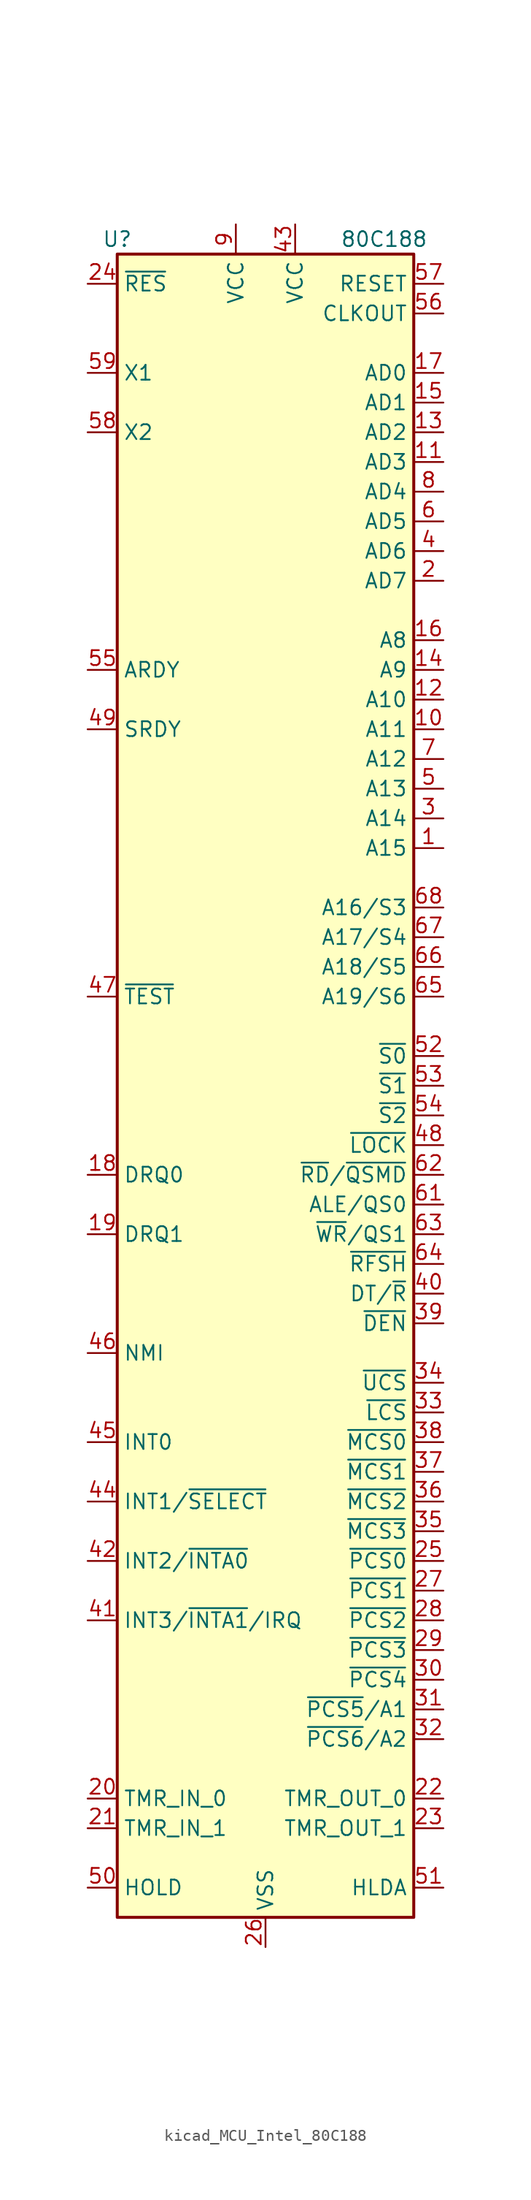
<source format=kicad_sym>
(kicad_symbol_lib
  (version 20220914)
  (generator kicad_symbol_editor)
  (symbol "kicad_MCU_Intel_80C188"
    (property "Reference" "U"
      (at -12.7 72.39 0)
      (effects (font (size 1.27 1.27))))
    (property "Value" "80C188"
      (at 10.16 72.39 0)
      (effects (font (size 1.27 1.27))))
    (symbol "kicad_MCU_Intel_80C188_0_1"
      (rectangle (start 12.7 -71.12) (end -12.7 71.12) (stroke (width 0.254) (type default)) (fill (type background))))
    (symbol "kicad_MCU_Intel_80C188_1_1"
      (pin output line (at 15.24 20.32 180) (length 2.54) (name "A15" (effects (font (size 1.27 1.27)))) (number "1" (effects (font (size 1.27 1.27)))))
      (pin output line (at 15.24 30.48 180) (length 2.54) (name "A11" (effects (font (size 1.27 1.27)))) (number "10" (effects (font (size 1.27 1.27)))))
      (pin bidirectional line (at 15.24 53.34 180) (length 2.54) (name "AD3" (effects (font (size 1.27 1.27)))) (number "11" (effects (font (size 1.27 1.27)))))
      (pin output line (at 15.24 33.02 180) (length 2.54) (name "A10" (effects (font (size 1.27 1.27)))) (number "12" (effects (font (size 1.27 1.27)))))
      (pin bidirectional line (at 15.24 55.88 180) (length 2.54) (name "AD2" (effects (font (size 1.27 1.27)))) (number "13" (effects (font (size 1.27 1.27)))))
      (pin output line (at 15.24 35.56 180) (length 2.54) (name "A9" (effects (font (size 1.27 1.27)))) (number "14" (effects (font (size 1.27 1.27)))))
      (pin bidirectional line (at 15.24 58.42 180) (length 2.54) (name "AD1" (effects (font (size 1.27 1.27)))) (number "15" (effects (font (size 1.27 1.27)))))
      (pin output line (at 15.24 38.1 180) (length 2.54) (name "A8" (effects (font (size 1.27 1.27)))) (number "16" (effects (font (size 1.27 1.27)))))
      (pin bidirectional line (at 15.24 60.96 180) (length 2.54) (name "AD0" (effects (font (size 1.27 1.27)))) (number "17" (effects (font (size 1.27 1.27)))))
      (pin input line (at -15.24 -7.62 0) (length 2.54) (name "DRQ0" (effects (font (size 1.27 1.27)))) (number "18" (effects (font (size 1.27 1.27)))))
      (pin input line (at -15.24 -12.7 0) (length 2.54) (name "DRQ1" (effects (font (size 1.27 1.27)))) (number "19" (effects (font (size 1.27 1.27)))))
      (pin bidirectional line (at 15.24 43.18 180) (length 2.54) (name "AD7" (effects (font (size 1.27 1.27)))) (number "2" (effects (font (size 1.27 1.27)))))
      (pin input line (at -15.24 -60.96 0) (length 2.54) (name "TMR_IN_0" (effects (font (size 1.27 1.27)))) (number "20" (effects (font (size 1.27 1.27)))))
      (pin input line (at -15.24 -63.5 0) (length 2.54) (name "TMR_IN_1" (effects (font (size 1.27 1.27)))) (number "21" (effects (font (size 1.27 1.27)))))
      (pin output line (at 15.24 -60.96 180) (length 2.54) (name "TMR_OUT_0" (effects (font (size 1.27 1.27)))) (number "22" (effects (font (size 1.27 1.27)))))
      (pin output line (at 15.24 -63.5 180) (length 2.54) (name "TMR_OUT_1" (effects (font (size 1.27 1.27)))) (number "23" (effects (font (size 1.27 1.27)))))
      (pin input line (at -15.24 68.58 0) (length 2.54) (name "~{RES}" (effects (font (size 1.27 1.27)))) (number "24" (effects (font (size 1.27 1.27)))))
      (pin output line (at 15.24 -40.64 180) (length 2.54) (name "~{PCS0}" (effects (font (size 1.27 1.27)))) (number "25" (effects (font (size 1.27 1.27)))))
      (pin power_in line (at 0 -73.66 90) (length 2.54) (name "VSS" (effects (font (size 1.27 1.27)))) (number "26" (effects (font (size 1.27 1.27)))))
      (pin output line (at 15.24 -43.18 180) (length 2.54) (name "~{PCS1}" (effects (font (size 1.27 1.27)))) (number "27" (effects (font (size 1.27 1.27)))))
      (pin output line (at 15.24 -45.72 180) (length 2.54) (name "~{PCS2}" (effects (font (size 1.27 1.27)))) (number "28" (effects (font (size 1.27 1.27)))))
      (pin output line (at 15.24 -48.26 180) (length 2.54) (name "~{PCS3}" (effects (font (size 1.27 1.27)))) (number "29" (effects (font (size 1.27 1.27)))))
      (pin output line (at 15.24 22.86 180) (length 2.54) (name "A14" (effects (font (size 1.27 1.27)))) (number "3" (effects (font (size 1.27 1.27)))))
      (pin output line (at 15.24 -50.8 180) (length 2.54) (name "~{PCS4}" (effects (font (size 1.27 1.27)))) (number "30" (effects (font (size 1.27 1.27)))))
      (pin output line (at 15.24 -53.34 180) (length 2.54) (name "~{PCS5}/A1" (effects (font (size 1.27 1.27)))) (number "31" (effects (font (size 1.27 1.27)))))
      (pin output line (at 15.24 -55.88 180) (length 2.54) (name "~{PCS6}/A2" (effects (font (size 1.27 1.27)))) (number "32" (effects (font (size 1.27 1.27)))))
      (pin bidirectional line (at 15.24 -27.94 180) (length 2.54) (name "~{LCS}" (effects (font (size 1.27 1.27)))) (number "33" (effects (font (size 1.27 1.27)))))
      (pin bidirectional line (at 15.24 -25.4 180) (length 2.54) (name "~{UCS}" (effects (font (size 1.27 1.27)))) (number "34" (effects (font (size 1.27 1.27)))))
      (pin output line (at 15.24 -38.1 180) (length 2.54) (name "~{MCS3}" (effects (font (size 1.27 1.27)))) (number "35" (effects (font (size 1.27 1.27)))))
      (pin output line (at 15.24 -35.56 180) (length 2.54) (name "~{MCS2}" (effects (font (size 1.27 1.27)))) (number "36" (effects (font (size 1.27 1.27)))))
      (pin output line (at 15.24 -33.02 180) (length 2.54) (name "~{MCS1}" (effects (font (size 1.27 1.27)))) (number "37" (effects (font (size 1.27 1.27)))))
      (pin output line (at 15.24 -30.48 180) (length 2.54) (name "~{MCS0}" (effects (font (size 1.27 1.27)))) (number "38" (effects (font (size 1.27 1.27)))))
      (pin output line (at 15.24 -20.32 180) (length 2.54) (name "~{DEN}" (effects (font (size 1.27 1.27)))) (number "39" (effects (font (size 1.27 1.27)))))
      (pin bidirectional line (at 15.24 45.72 180) (length 2.54) (name "AD6" (effects (font (size 1.27 1.27)))) (number "4" (effects (font (size 1.27 1.27)))))
      (pin output line (at 15.24 -17.78 180) (length 2.54) (name "DT/~{R}" (effects (font (size 1.27 1.27)))) (number "40" (effects (font (size 1.27 1.27)))))
      (pin bidirectional line (at -15.24 -45.72 0) (length 2.54) (name "INT3/~{INTA1}/IRQ" (effects (font (size 1.27 1.27)))) (number "41" (effects (font (size 1.27 1.27)))))
      (pin bidirectional line (at -15.24 -40.64 0) (length 2.54) (name "INT2/~{INTA0}" (effects (font (size 1.27 1.27)))) (number "42" (effects (font (size 1.27 1.27)))))
      (pin power_in line (at 2.54 73.66 270) (length 2.54) (name "VCC" (effects (font (size 1.27 1.27)))) (number "43" (effects (font (size 1.27 1.27)))))
      (pin input line (at -15.24 -35.56 0) (length 2.54) (name "INT1/~{SELECT}" (effects (font (size 1.27 1.27)))) (number "44" (effects (font (size 1.27 1.27)))))
      (pin input line (at -15.24 -30.48 0) (length 2.54) (name "INT0" (effects (font (size 1.27 1.27)))) (number "45" (effects (font (size 1.27 1.27)))))
      (pin input line (at -15.24 -22.86 0) (length 2.54) (name "NMI" (effects (font (size 1.27 1.27)))) (number "46" (effects (font (size 1.27 1.27)))))
      (pin bidirectional line (at -15.24 7.62 0) (length 2.54) (name "~{TEST}" (effects (font (size 1.27 1.27)))) (number "47" (effects (font (size 1.27 1.27)))))
      (pin output line (at 15.24 -5.08 180) (length 2.54) (name "~{LOCK}" (effects (font (size 1.27 1.27)))) (number "48" (effects (font (size 1.27 1.27)))))
      (pin input line (at -15.24 30.48 0) (length 2.54) (name "SRDY" (effects (font (size 1.27 1.27)))) (number "49" (effects (font (size 1.27 1.27)))))
      (pin output line (at 15.24 25.4 180) (length 2.54) (name "A13" (effects (font (size 1.27 1.27)))) (number "5" (effects (font (size 1.27 1.27)))))
      (pin input line (at -15.24 -68.58 0) (length 2.54) (name "HOLD" (effects (font (size 1.27 1.27)))) (number "50" (effects (font (size 1.27 1.27)))))
      (pin output line (at 15.24 -68.58 180) (length 2.54) (name "HLDA" (effects (font (size 1.27 1.27)))) (number "51" (effects (font (size 1.27 1.27)))))
      (pin output line (at 15.24 2.54 180) (length 2.54) (name "~{S0}" (effects (font (size 1.27 1.27)))) (number "52" (effects (font (size 1.27 1.27)))))
      (pin output line (at 15.24 0 180) (length 2.54) (name "~{S1}" (effects (font (size 1.27 1.27)))) (number "53" (effects (font (size 1.27 1.27)))))
      (pin output line (at 15.24 -2.54 180) (length 2.54) (name "~{S2}" (effects (font (size 1.27 1.27)))) (number "54" (effects (font (size 1.27 1.27)))))
      (pin input line (at -15.24 35.56 0) (length 2.54) (name "ARDY" (effects (font (size 1.27 1.27)))) (number "55" (effects (font (size 1.27 1.27)))))
      (pin output line (at 15.24 66.04 180) (length 2.54) (name "CLKOUT" (effects (font (size 1.27 1.27)))) (number "56" (effects (font (size 1.27 1.27)))))
      (pin output line (at 15.24 68.58 180) (length 2.54) (name "RESET" (effects (font (size 1.27 1.27)))) (number "57" (effects (font (size 1.27 1.27)))))
      (pin output line (at -15.24 55.88 0) (length 2.54) (name "X2" (effects (font (size 1.27 1.27)))) (number "58" (effects (font (size 1.27 1.27)))))
      (pin input line (at -15.24 60.96 0) (length 2.54) (name "X1" (effects (font (size 1.27 1.27)))) (number "59" (effects (font (size 1.27 1.27)))))
      (pin bidirectional line (at 15.24 48.26 180) (length 2.54) (name "AD5" (effects (font (size 1.27 1.27)))) (number "6" (effects (font (size 1.27 1.27)))))
      (pin passive line (at 0 -73.66 90) (length 2.54) hide (name "VSS" (effects (font (size 1.27 1.27)))) (number "60" (effects (font (size 1.27 1.27)))))
      (pin output line (at 15.24 -10.16 180) (length 2.54) (name "ALE/QS0" (effects (font (size 1.27 1.27)))) (number "61" (effects (font (size 1.27 1.27)))))
      (pin bidirectional line (at 15.24 -7.62 180) (length 2.54) (name "~{RD}/~{QSMD}" (effects (font (size 1.27 1.27)))) (number "62" (effects (font (size 1.27 1.27)))))
      (pin output line (at 15.24 -12.7 180) (length 2.54) (name "~{WR}/QS1" (effects (font (size 1.27 1.27)))) (number "63" (effects (font (size 1.27 1.27)))))
      (pin output line (at 15.24 -15.24 180) (length 2.54) (name "~{RFSH}" (effects (font (size 1.27 1.27)))) (number "64" (effects (font (size 1.27 1.27)))))
      (pin output line (at 15.24 7.62 180) (length 2.54) (name "A19/S6" (effects (font (size 1.27 1.27)))) (number "65" (effects (font (size 1.27 1.27)))))
      (pin output line (at 15.24 10.16 180) (length 2.54) (name "A18/S5" (effects (font (size 1.27 1.27)))) (number "66" (effects (font (size 1.27 1.27)))))
      (pin output line (at 15.24 12.7 180) (length 2.54) (name "A17/S4" (effects (font (size 1.27 1.27)))) (number "67" (effects (font (size 1.27 1.27)))))
      (pin output line (at 15.24 15.24 180) (length 2.54) (name "A16/S3" (effects (font (size 1.27 1.27)))) (number "68" (effects (font (size 1.27 1.27)))))
      (pin output line (at 15.24 27.94 180) (length 2.54) (name "A12" (effects (font (size 1.27 1.27)))) (number "7" (effects (font (size 1.27 1.27)))))
      (pin bidirectional line (at 15.24 50.8 180) (length 2.54) (name "AD4" (effects (font (size 1.27 1.27)))) (number "8" (effects (font (size 1.27 1.27)))))
      (pin power_in line (at -2.54 73.66 270) (length 2.54) (name "VCC" (effects (font (size 1.27 1.27)))) (number "9" (effects (font (size 1.27 1.27))))))))
</source>
